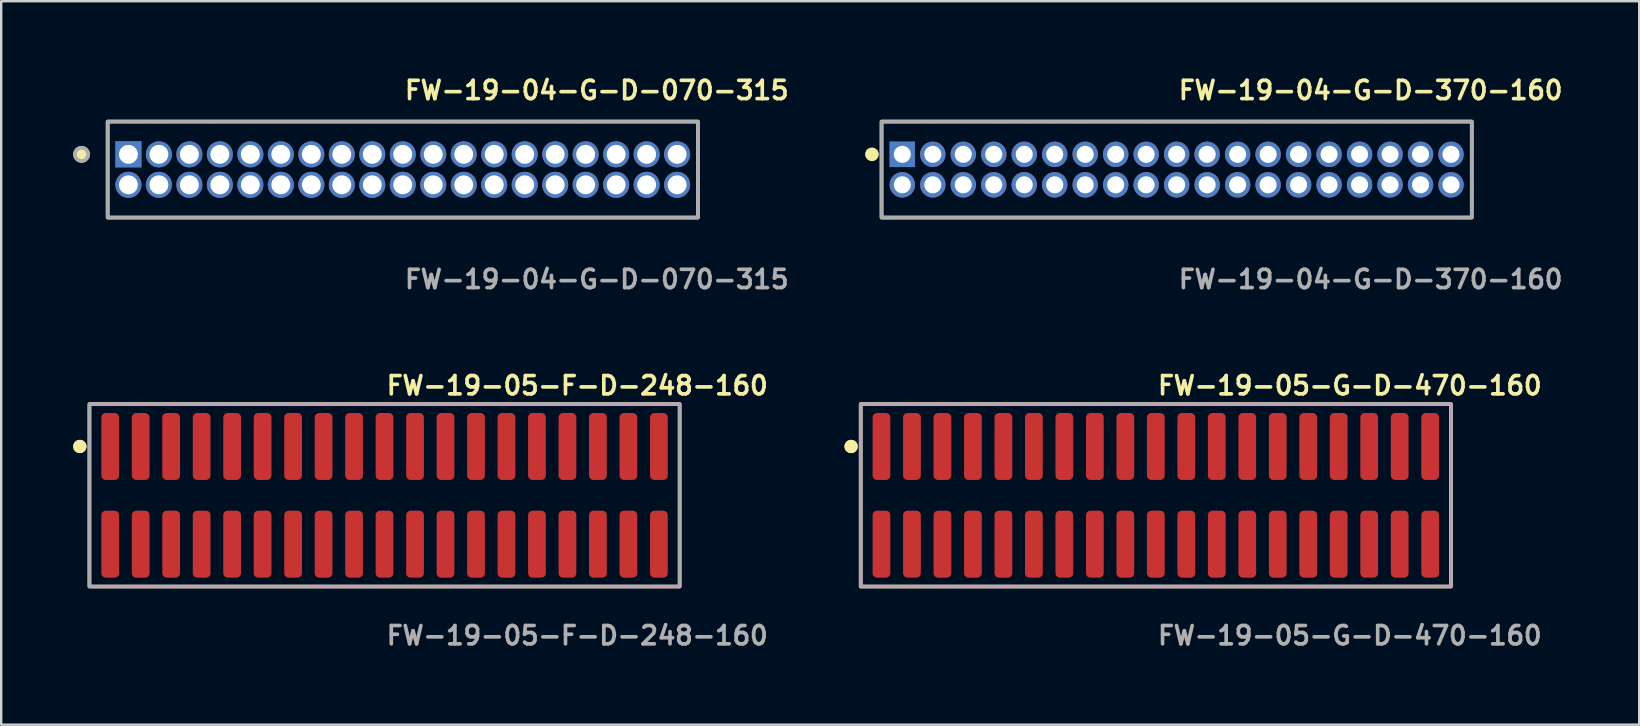
<source format=kicad_pcb>
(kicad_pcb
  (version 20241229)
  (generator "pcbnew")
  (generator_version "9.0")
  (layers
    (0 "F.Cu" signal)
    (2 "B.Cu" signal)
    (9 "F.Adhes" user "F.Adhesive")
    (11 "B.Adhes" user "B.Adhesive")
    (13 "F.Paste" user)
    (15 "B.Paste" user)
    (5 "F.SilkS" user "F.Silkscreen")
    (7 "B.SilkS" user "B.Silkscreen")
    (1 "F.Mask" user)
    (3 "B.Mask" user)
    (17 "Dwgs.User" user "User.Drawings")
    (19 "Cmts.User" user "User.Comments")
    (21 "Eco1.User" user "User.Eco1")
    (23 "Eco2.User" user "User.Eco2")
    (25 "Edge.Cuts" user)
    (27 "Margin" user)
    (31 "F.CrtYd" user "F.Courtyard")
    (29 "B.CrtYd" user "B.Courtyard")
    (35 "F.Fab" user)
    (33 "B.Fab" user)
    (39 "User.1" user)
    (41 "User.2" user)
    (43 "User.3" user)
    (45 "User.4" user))
  (footprint "FW-19-05-F-D-248-160"
    (layer "F.Cu")
    (at 12.971 17.586)
    (property "Reference" "FW-19-05-F-D-248-160" (at 0 -4.572 0) (unlocked yes) (layer "F.SilkS") (effects (font (size 0.762 0.762) (thickness 0.152)) (justify left)))
    (fp_rect (start -12.295 3.8) (end 12.295 -3.8) (stroke (width 0.152) (type solid)) (fill no) (layer "F.SilkS"))
    (fp_circle (center -12.695 -2.035) (end -12.895 -2.035) (stroke (width 0.152) (type solid)) (fill yes) (layer "F.SilkS"))
    (fp_circle (center -12.695 -2.035) (end -12.895 -2.035) (stroke (width 0.152) (type solid)) (fill yes) (layer "F.SilkS"))
    (fp_rect (start -12.295 3.8) (end 12.295 -3.8) (stroke (width 0.006) (type solid)) (fill no) (layer "F.CrtYd"))
    (fp_rect (start -12.295 3.8) (end 12.295 -3.8) (stroke (width 0.152) (type solid)) (fill no) (layer "F.Fab"))
    (fp_text user "${REFERENCE}" (at 0 5.842 0) (unlocked yes) (layer "F.Fab") (effects (font (size 0.762 0.762) (thickness 0.152)) (justify left)))
    (pad "1" smd roundrect (at -11.43 -2.035) (size 0.74 2.79) (layers "F.Cu" "F.Paste") (roundrect_rratio 0.25))
    (pad "2" smd roundrect (at -11.43 2.035) (size 0.74 2.79) (layers "F.Cu" "F.Paste") (roundrect_rratio 0.25))
    (pad "3" smd roundrect (at -10.16 -2.035) (size 0.74 2.79) (layers "F.Cu" "F.Paste") (roundrect_rratio 0.25))
    (pad "4" smd roundrect (at -10.16 2.035) (size 0.74 2.79) (layers "F.Cu" "F.Paste") (roundrect_rratio 0.25))
    (pad "5" smd roundrect (at -8.89 -2.035) (size 0.74 2.79) (layers "F.Cu" "F.Paste") (roundrect_rratio 0.25))
    (pad "6" smd roundrect (at -8.89 2.035) (size 0.74 2.79) (layers "F.Cu" "F.Paste") (roundrect_rratio 0.25))
    (pad "7" smd roundrect (at -7.62 -2.035) (size 0.74 2.79) (layers "F.Cu" "F.Paste") (roundrect_rratio 0.25))
    (pad "8" smd roundrect (at -7.62 2.035) (size 0.74 2.79) (layers "F.Cu" "F.Paste") (roundrect_rratio 0.25))
    (pad "9" smd roundrect (at -6.35 -2.035) (size 0.74 2.79) (layers "F.Cu" "F.Paste") (roundrect_rratio 0.25))
    (pad "10" smd roundrect (at -6.35 2.035) (size 0.74 2.79) (layers "F.Cu" "F.Paste") (roundrect_rratio 0.25))
    (pad "11" smd roundrect (at -5.08 -2.035) (size 0.74 2.79) (layers "F.Cu" "F.Paste") (roundrect_rratio 0.25))
    (pad "12" smd roundrect (at -5.08 2.035) (size 0.74 2.79) (layers "F.Cu" "F.Paste") (roundrect_rratio 0.25))
    (pad "13" smd roundrect (at -3.81 -2.035) (size 0.74 2.79) (layers "F.Cu" "F.Paste") (roundrect_rratio 0.25))
    (pad "14" smd roundrect (at -3.81 2.035) (size 0.74 2.79) (layers "F.Cu" "F.Paste") (roundrect_rratio 0.25))
    (pad "15" smd roundrect (at -2.54 -2.035) (size 0.74 2.79) (layers "F.Cu" "F.Paste") (roundrect_rratio 0.25))
    (pad "16" smd roundrect (at -2.54 2.035) (size 0.74 2.79) (layers "F.Cu" "F.Paste") (roundrect_rratio 0.25))
    (pad "17" smd roundrect (at -1.27 -2.035) (size 0.74 2.79) (layers "F.Cu" "F.Paste") (roundrect_rratio 0.25))
    (pad "18" smd roundrect (at -1.27 2.035) (size 0.74 2.79) (layers "F.Cu" "F.Paste") (roundrect_rratio 0.25))
    (pad "19" smd roundrect (at 0 -2.035) (size 0.74 2.79) (layers "F.Cu" "F.Paste") (roundrect_rratio 0.25))
    (pad "20" smd roundrect (at 0 2.035) (size 0.74 2.79) (layers "F.Cu" "F.Paste") (roundrect_rratio 0.25))
    (pad "21" smd roundrect (at 1.27 -2.035) (size 0.74 2.79) (layers "F.Cu" "F.Paste") (roundrect_rratio 0.25))
    (pad "22" smd roundrect (at 1.27 2.035) (size 0.74 2.79) (layers "F.Cu" "F.Paste") (roundrect_rratio 0.25))
    (pad "23" smd roundrect (at 2.54 -2.035) (size 0.74 2.79) (layers "F.Cu" "F.Paste") (roundrect_rratio 0.25))
    (pad "24" smd roundrect (at 2.54 2.035) (size 0.74 2.79) (layers "F.Cu" "F.Paste") (roundrect_rratio 0.25))
    (pad "25" smd roundrect (at 3.81 -2.035) (size 0.74 2.79) (layers "F.Cu" "F.Paste") (roundrect_rratio 0.25))
    (pad "26" smd roundrect (at 3.81 2.035) (size 0.74 2.79) (layers "F.Cu" "F.Paste") (roundrect_rratio 0.25))
    (pad "27" smd roundrect (at 5.08 -2.035) (size 0.74 2.79) (layers "F.Cu" "F.Paste") (roundrect_rratio 0.25))
    (pad "28" smd roundrect (at 5.08 2.035) (size 0.74 2.79) (layers "F.Cu" "F.Paste") (roundrect_rratio 0.25))
    (pad "29" smd roundrect (at 6.35 -2.035) (size 0.74 2.79) (layers "F.Cu" "F.Paste") (roundrect_rratio 0.25))
    (pad "30" smd roundrect (at 6.35 2.035) (size 0.74 2.79) (layers "F.Cu" "F.Paste") (roundrect_rratio 0.25))
    (pad "31" smd roundrect (at 7.62 -2.035) (size 0.74 2.79) (layers "F.Cu" "F.Paste") (roundrect_rratio 0.25))
    (pad "32" smd roundrect (at 7.62 2.035) (size 0.74 2.79) (layers "F.Cu" "F.Paste") (roundrect_rratio 0.25))
    (pad "33" smd roundrect (at 8.89 -2.035) (size 0.74 2.79) (layers "F.Cu" "F.Paste") (roundrect_rratio 0.25))
    (pad "34" smd roundrect (at 8.89 2.035) (size 0.74 2.79) (layers "F.Cu" "F.Paste") (roundrect_rratio 0.25))
    (pad "35" smd roundrect (at 10.16 -2.035) (size 0.74 2.79) (layers "F.Cu" "F.Paste") (roundrect_rratio 0.25))
    (pad "36" smd roundrect (at 10.16 2.035) (size 0.74 2.79) (layers "F.Cu" "F.Paste") (roundrect_rratio 0.25))
    (pad "37" smd roundrect (at 11.43 -2.035) (size 0.74 2.79) (layers "F.Cu" "F.Paste") (roundrect_rratio 0.25))
    (pad "38" smd roundrect (at 11.43 2.035) (size 0.74 2.79) (layers "F.Cu" "F.Paste") (roundrect_rratio 0.25)))
  (footprint "FW-19-04-G-D-370-160"
    (layer "F.Cu")
    (at 45.972 4.015)
    (property "Reference" "FW-19-04-G-D-370-160" (at 0 -3.302 0) (unlocked yes) (layer "F.SilkS") (effects (font (size 0.762 0.762) (thickness 0.152)) (justify left)))
    (fp_rect (start -12.295 2) (end 12.295 -2) (stroke (width 0.152) (type solid)) (fill no) (layer "F.SilkS"))
    (fp_circle (center -12.695 -0.635) (end -12.895 -0.635) (stroke (width 0.152) (type solid)) (fill yes) (layer "F.SilkS"))
    (fp_circle (center -12.695 -0.635) (end -12.895 -0.635) (stroke (width 0.152) (type solid)) (fill yes) (layer "F.SilkS"))
    (fp_rect (start -12.295 2) (end 12.295 -2) (stroke (width 0.006) (type solid)) (fill no) (layer "F.CrtYd"))
    (fp_rect (start -12.295 2) (end 12.295 -2) (stroke (width 0.152) (type solid)) (fill no) (layer "F.Fab"))
    (fp_text user "${REFERENCE}" (at 0 4.572 0) (unlocked yes) (layer "F.Fab") (effects (font (size 0.762 0.762) (thickness 0.152)) (justify left)))
    (pad "1" thru_hole rect (at -11.43 -0.635) (size 1.06 1.06) (drill 0.71) (layers "*.Cu" "*.Mask"))
    (pad "2" thru_hole circle (at -11.43 0.635) (size 1.06 1.06) (drill 0.71) (layers "*.Cu" "*.Mask"))
    (pad "3" thru_hole circle (at -10.16 -0.635) (size 1.06 1.06) (drill 0.71) (layers "*.Cu" "*.Mask"))
    (pad "4" thru_hole circle (at -10.16 0.635) (size 1.06 1.06) (drill 0.71) (layers "*.Cu" "*.Mask"))
    (pad "5" thru_hole circle (at -8.89 -0.635) (size 1.06 1.06) (drill 0.71) (layers "*.Cu" "*.Mask"))
    (pad "6" thru_hole circle (at -8.89 0.635) (size 1.06 1.06) (drill 0.71) (layers "*.Cu" "*.Mask"))
    (pad "7" thru_hole circle (at -7.62 -0.635) (size 1.06 1.06) (drill 0.71) (layers "*.Cu" "*.Mask"))
    (pad "8" thru_hole circle (at -7.62 0.635) (size 1.06 1.06) (drill 0.71) (layers "*.Cu" "*.Mask"))
    (pad "9" thru_hole circle (at -6.35 -0.635) (size 1.06 1.06) (drill 0.71) (layers "*.Cu" "*.Mask"))
    (pad "10" thru_hole circle (at -6.35 0.635) (size 1.06 1.06) (drill 0.71) (layers "*.Cu" "*.Mask"))
    (pad "11" thru_hole circle (at -5.08 -0.635) (size 1.06 1.06) (drill 0.71) (layers "*.Cu" "*.Mask"))
    (pad "12" thru_hole circle (at -5.08 0.635) (size 1.06 1.06) (drill 0.71) (layers "*.Cu" "*.Mask"))
    (pad "13" thru_hole circle (at -3.81 -0.635) (size 1.06 1.06) (drill 0.71) (layers "*.Cu" "*.Mask"))
    (pad "14" thru_hole circle (at -3.81 0.635) (size 1.06 1.06) (drill 0.71) (layers "*.Cu" "*.Mask"))
    (pad "15" thru_hole circle (at -2.54 -0.635) (size 1.06 1.06) (drill 0.71) (layers "*.Cu" "*.Mask"))
    (pad "16" thru_hole circle (at -2.54 0.635) (size 1.06 1.06) (drill 0.71) (layers "*.Cu" "*.Mask"))
    (pad "17" thru_hole circle (at -1.27 -0.635) (size 1.06 1.06) (drill 0.71) (layers "*.Cu" "*.Mask"))
    (pad "18" thru_hole circle (at -1.27 0.635) (size 1.06 1.06) (drill 0.71) (layers "*.Cu" "*.Mask"))
    (pad "19" thru_hole circle (at 0 -0.635) (size 1.06 1.06) (drill 0.71) (layers "*.Cu" "*.Mask"))
    (pad "20" thru_hole circle (at 0 0.635) (size 1.06 1.06) (drill 0.71) (layers "*.Cu" "*.Mask"))
    (pad "21" thru_hole circle (at 1.27 -0.635) (size 1.06 1.06) (drill 0.71) (layers "*.Cu" "*.Mask"))
    (pad "22" thru_hole circle (at 1.27 0.635) (size 1.06 1.06) (drill 0.71) (layers "*.Cu" "*.Mask"))
    (pad "23" thru_hole circle (at 2.54 -0.635) (size 1.06 1.06) (drill 0.71) (layers "*.Cu" "*.Mask"))
    (pad "24" thru_hole circle (at 2.54 0.635) (size 1.06 1.06) (drill 0.71) (layers "*.Cu" "*.Mask"))
    (pad "25" thru_hole circle (at 3.81 -0.635) (size 1.06 1.06) (drill 0.71) (layers "*.Cu" "*.Mask"))
    (pad "26" thru_hole circle (at 3.81 0.635) (size 1.06 1.06) (drill 0.71) (layers "*.Cu" "*.Mask"))
    (pad "27" thru_hole circle (at 5.08 -0.635) (size 1.06 1.06) (drill 0.71) (layers "*.Cu" "*.Mask"))
    (pad "28" thru_hole circle (at 5.08 0.635) (size 1.06 1.06) (drill 0.71) (layers "*.Cu" "*.Mask"))
    (pad "29" thru_hole circle (at 6.35 -0.635) (size 1.06 1.06) (drill 0.71) (layers "*.Cu" "*.Mask"))
    (pad "30" thru_hole circle (at 6.35 0.635) (size 1.06 1.06) (drill 0.71) (layers "*.Cu" "*.Mask"))
    (pad "31" thru_hole circle (at 7.62 -0.635) (size 1.06 1.06) (drill 0.71) (layers "*.Cu" "*.Mask"))
    (pad "32" thru_hole circle (at 7.62 0.635) (size 1.06 1.06) (drill 0.71) (layers "*.Cu" "*.Mask"))
    (pad "33" thru_hole circle (at 8.89 -0.635) (size 1.06 1.06) (drill 0.71) (layers "*.Cu" "*.Mask"))
    (pad "34" thru_hole circle (at 8.89 0.635) (size 1.06 1.06) (drill 0.71) (layers "*.Cu" "*.Mask"))
    (pad "35" thru_hole circle (at 10.16 -0.635) (size 1.06 1.06) (drill 0.71) (layers "*.Cu" "*.Mask"))
    (pad "36" thru_hole circle (at 10.16 0.635) (size 1.06 1.06) (drill 0.71) (layers "*.Cu" "*.Mask"))
    (pad "37" thru_hole circle (at 11.43 -0.635) (size 1.06 1.06) (drill 0.71) (layers "*.Cu" "*.Mask"))
    (pad "38" thru_hole circle (at 11.43 0.635) (size 1.06 1.06) (drill 0.71) (layers "*.Cu" "*.Mask")))
  (footprint "FW-19-04-G-D-070-315"
    (layer "F.Cu")
    (at 13.73 4.015)
    (property "Reference" "FW-19-04-G-D-070-315" (at 0 -3.302 0) (unlocked yes) (layer "F.SilkS") (effects (font (size 0.762 0.762) (thickness 0.152)) (justify left)))
    (fp_rect (start -12.295 2) (end 12.295 -2) (stroke (width 0.152) (type solid)) (fill no) (layer "F.SilkS"))
    (fp_circle (center -13.382 -0.635) (end -13.654 -0.635) (stroke (width 0.152) (type solid)) (fill yes) (layer "F.SilkS"))
    (fp_rect (start -12.295 2) (end 12.295 -2) (stroke (width 0.006) (type solid)) (fill no) (layer "F.CrtYd"))
    (fp_rect (start -12.295 2) (end 12.295 -2) (stroke (width 0.152) (type solid)) (fill no) (layer "F.Fab"))
    (fp_circle (center -13.382 -0.635) (end -13.654 -0.635) (stroke (width 0.152) (type solid)) (fill no) (layer "F.Fab"))
    (fp_text user "${REFERENCE}" (at 0 4.572 0) (unlocked yes) (layer "F.Fab") (effects (font (size 0.762 0.762) (thickness 0.152)) (justify left)))
    (pad "1" thru_hole rect (at -11.43 -0.635) (size 1.087 1.087) (drill 0.787) (layers "*.Cu" "*.Mask"))
    (pad "2" thru_hole circle (at -11.43 0.635) (size 1.087 1.087) (drill 0.787) (layers "*.Cu" "*.Mask"))
    (pad "3" thru_hole circle (at -10.16 -0.635) (size 1.087 1.087) (drill 0.787) (layers "*.Cu" "*.Mask"))
    (pad "4" thru_hole circle (at -10.16 0.635) (size 1.087 1.087) (drill 0.787) (layers "*.Cu" "*.Mask"))
    (pad "5" thru_hole circle (at -8.89 -0.635) (size 1.087 1.087) (drill 0.787) (layers "*.Cu" "*.Mask"))
    (pad "6" thru_hole circle (at -8.89 0.635) (size 1.087 1.087) (drill 0.787) (layers "*.Cu" "*.Mask"))
    (pad "7" thru_hole circle (at -7.62 -0.635) (size 1.087 1.087) (drill 0.787) (layers "*.Cu" "*.Mask"))
    (pad "8" thru_hole circle (at -7.62 0.635) (size 1.087 1.087) (drill 0.787) (layers "*.Cu" "*.Mask"))
    (pad "9" thru_hole circle (at -6.35 -0.635) (size 1.087 1.087) (drill 0.787) (layers "*.Cu" "*.Mask"))
    (pad "10" thru_hole circle (at -6.35 0.635) (size 1.087 1.087) (drill 0.787) (layers "*.Cu" "*.Mask"))
    (pad "11" thru_hole circle (at -5.08 -0.635) (size 1.087 1.087) (drill 0.787) (layers "*.Cu" "*.Mask"))
    (pad "12" thru_hole circle (at -5.08 0.635) (size 1.087 1.087) (drill 0.787) (layers "*.Cu" "*.Mask"))
    (pad "13" thru_hole circle (at -3.81 -0.635) (size 1.087 1.087) (drill 0.787) (layers "*.Cu" "*.Mask"))
    (pad "14" thru_hole circle (at -3.81 0.635) (size 1.087 1.087) (drill 0.787) (layers "*.Cu" "*.Mask"))
    (pad "15" thru_hole circle (at -2.54 -0.635) (size 1.087 1.087) (drill 0.787) (layers "*.Cu" "*.Mask"))
    (pad "16" thru_hole circle (at -2.54 0.635) (size 1.087 1.087) (drill 0.787) (layers "*.Cu" "*.Mask"))
    (pad "17" thru_hole circle (at -1.27 -0.635) (size 1.087 1.087) (drill 0.787) (layers "*.Cu" "*.Mask"))
    (pad "18" thru_hole circle (at -1.27 0.635) (size 1.087 1.087) (drill 0.787) (layers "*.Cu" "*.Mask"))
    (pad "19" thru_hole circle (at 0 -0.635) (size 1.087 1.087) (drill 0.787) (layers "*.Cu" "*.Mask"))
    (pad "20" thru_hole circle (at 0 0.635) (size 1.087 1.087) (drill 0.787) (layers "*.Cu" "*.Mask"))
    (pad "21" thru_hole circle (at 1.27 -0.635) (size 1.087 1.087) (drill 0.787) (layers "*.Cu" "*.Mask"))
    (pad "22" thru_hole circle (at 1.27 0.635) (size 1.087 1.087) (drill 0.787) (layers "*.Cu" "*.Mask"))
    (pad "23" thru_hole circle (at 2.54 -0.635) (size 1.087 1.087) (drill 0.787) (layers "*.Cu" "*.Mask"))
    (pad "24" thru_hole circle (at 2.54 0.635) (size 1.087 1.087) (drill 0.787) (layers "*.Cu" "*.Mask"))
    (pad "25" thru_hole circle (at 3.81 -0.635) (size 1.087 1.087) (drill 0.787) (layers "*.Cu" "*.Mask"))
    (pad "26" thru_hole circle (at 3.81 0.635) (size 1.087 1.087) (drill 0.787) (layers "*.Cu" "*.Mask"))
    (pad "27" thru_hole circle (at 5.08 -0.635) (size 1.087 1.087) (drill 0.787) (layers "*.Cu" "*.Mask"))
    (pad "28" thru_hole circle (at 5.08 0.635) (size 1.087 1.087) (drill 0.787) (layers "*.Cu" "*.Mask"))
    (pad "29" thru_hole circle (at 6.35 -0.635) (size 1.087 1.087) (drill 0.787) (layers "*.Cu" "*.Mask"))
    (pad "30" thru_hole circle (at 6.35 0.635) (size 1.087 1.087) (drill 0.787) (layers "*.Cu" "*.Mask"))
    (pad "31" thru_hole circle (at 7.62 -0.635) (size 1.087 1.087) (drill 0.787) (layers "*.Cu" "*.Mask"))
    (pad "32" thru_hole circle (at 7.62 0.635) (size 1.087 1.087) (drill 0.787) (layers "*.Cu" "*.Mask"))
    (pad "33" thru_hole circle (at 8.89 -0.635) (size 1.087 1.087) (drill 0.787) (layers "*.Cu" "*.Mask"))
    (pad "34" thru_hole circle (at 8.89 0.635) (size 1.087 1.087) (drill 0.787) (layers "*.Cu" "*.Mask"))
    (pad "35" thru_hole circle (at 10.16 -0.635) (size 1.087 1.087) (drill 0.787) (layers "*.Cu" "*.Mask"))
    (pad "36" thru_hole circle (at 10.16 0.635) (size 1.087 1.087) (drill 0.787) (layers "*.Cu" "*.Mask"))
    (pad "37" thru_hole circle (at 11.43 -0.635) (size 1.087 1.087) (drill 0.787) (layers "*.Cu" "*.Mask"))
    (pad "38" thru_hole circle (at 11.43 0.635) (size 1.087 1.087) (drill 0.787) (layers "*.Cu" "*.Mask")))
  (footprint "FW-19-05-G-D-470-160"
    (layer "F.Cu")
    (at 45.104 17.586)
    (property "Reference" "FW-19-05-G-D-470-160" (at 0 -4.572 0) (unlocked yes) (layer "F.SilkS") (effects (font (size 0.762 0.762) (thickness 0.152)) (justify left)))
    (fp_rect (start -12.295 3.8) (end 12.295 -3.8) (stroke (width 0.152) (type solid)) (fill no) (layer "F.SilkS"))
    (fp_circle (center -12.695 -2.035) (end -12.895 -2.035) (stroke (width 0.152) (type solid)) (fill yes) (layer "F.SilkS"))
    (fp_circle (center -12.695 -2.035) (end -12.895 -2.035) (stroke (width 0.152) (type solid)) (fill yes) (layer "F.SilkS"))
    (fp_rect (start -12.295 3.8) (end 12.295 -3.8) (stroke (width 0.006) (type solid)) (fill no) (layer "F.CrtYd"))
    (fp_rect (start -12.295 3.8) (end 12.295 -3.8) (stroke (width 0.152) (type solid)) (fill no) (layer "F.Fab"))
    (fp_text user "${REFERENCE}" (at 0 5.842 0) (unlocked yes) (layer "F.Fab") (effects (font (size 0.762 0.762) (thickness 0.152)) (justify left)))
    (pad "1" smd roundrect (at -11.43 -2.035) (size 0.74 2.79) (layers "F.Cu" "F.Paste") (roundrect_rratio 0.25))
    (pad "2" smd roundrect (at -11.43 2.035) (size 0.74 2.79) (layers "F.Cu" "F.Paste") (roundrect_rratio 0.25))
    (pad "3" smd roundrect (at -10.16 -2.035) (size 0.74 2.79) (layers "F.Cu" "F.Paste") (roundrect_rratio 0.25))
    (pad "4" smd roundrect (at -10.16 2.035) (size 0.74 2.79) (layers "F.Cu" "F.Paste") (roundrect_rratio 0.25))
    (pad "5" smd roundrect (at -8.89 -2.035) (size 0.74 2.79) (layers "F.Cu" "F.Paste") (roundrect_rratio 0.25))
    (pad "6" smd roundrect (at -8.89 2.035) (size 0.74 2.79) (layers "F.Cu" "F.Paste") (roundrect_rratio 0.25))
    (pad "7" smd roundrect (at -7.62 -2.035) (size 0.74 2.79) (layers "F.Cu" "F.Paste") (roundrect_rratio 0.25))
    (pad "8" smd roundrect (at -7.62 2.035) (size 0.74 2.79) (layers "F.Cu" "F.Paste") (roundrect_rratio 0.25))
    (pad "9" smd roundrect (at -6.35 -2.035) (size 0.74 2.79) (layers "F.Cu" "F.Paste") (roundrect_rratio 0.25))
    (pad "10" smd roundrect (at -6.35 2.035) (size 0.74 2.79) (layers "F.Cu" "F.Paste") (roundrect_rratio 0.25))
    (pad "11" smd roundrect (at -5.08 -2.035) (size 0.74 2.79) (layers "F.Cu" "F.Paste") (roundrect_rratio 0.25))
    (pad "12" smd roundrect (at -5.08 2.035) (size 0.74 2.79) (layers "F.Cu" "F.Paste") (roundrect_rratio 0.25))
    (pad "13" smd roundrect (at -3.81 -2.035) (size 0.74 2.79) (layers "F.Cu" "F.Paste") (roundrect_rratio 0.25))
    (pad "14" smd roundrect (at -3.81 2.035) (size 0.74 2.79) (layers "F.Cu" "F.Paste") (roundrect_rratio 0.25))
    (pad "15" smd roundrect (at -2.54 -2.035) (size 0.74 2.79) (layers "F.Cu" "F.Paste") (roundrect_rratio 0.25))
    (pad "16" smd roundrect (at -2.54 2.035) (size 0.74 2.79) (layers "F.Cu" "F.Paste") (roundrect_rratio 0.25))
    (pad "17" smd roundrect (at -1.27 -2.035) (size 0.74 2.79) (layers "F.Cu" "F.Paste") (roundrect_rratio 0.25))
    (pad "18" smd roundrect (at -1.27 2.035) (size 0.74 2.79) (layers "F.Cu" "F.Paste") (roundrect_rratio 0.25))
    (pad "19" smd roundrect (at 0 -2.035) (size 0.74 2.79) (layers "F.Cu" "F.Paste") (roundrect_rratio 0.25))
    (pad "20" smd roundrect (at 0 2.035) (size 0.74 2.79) (layers "F.Cu" "F.Paste") (roundrect_rratio 0.25))
    (pad "21" smd roundrect (at 1.27 -2.035) (size 0.74 2.79) (layers "F.Cu" "F.Paste") (roundrect_rratio 0.25))
    (pad "22" smd roundrect (at 1.27 2.035) (size 0.74 2.79) (layers "F.Cu" "F.Paste") (roundrect_rratio 0.25))
    (pad "23" smd roundrect (at 2.54 -2.035) (size 0.74 2.79) (layers "F.Cu" "F.Paste") (roundrect_rratio 0.25))
    (pad "24" smd roundrect (at 2.54 2.035) (size 0.74 2.79) (layers "F.Cu" "F.Paste") (roundrect_rratio 0.25))
    (pad "25" smd roundrect (at 3.81 -2.035) (size 0.74 2.79) (layers "F.Cu" "F.Paste") (roundrect_rratio 0.25))
    (pad "26" smd roundrect (at 3.81 2.035) (size 0.74 2.79) (layers "F.Cu" "F.Paste") (roundrect_rratio 0.25))
    (pad "27" smd roundrect (at 5.08 -2.035) (size 0.74 2.79) (layers "F.Cu" "F.Paste") (roundrect_rratio 0.25))
    (pad "28" smd roundrect (at 5.08 2.035) (size 0.74 2.79) (layers "F.Cu" "F.Paste") (roundrect_rratio 0.25))
    (pad "29" smd roundrect (at 6.35 -2.035) (size 0.74 2.79) (layers "F.Cu" "F.Paste") (roundrect_rratio 0.25))
    (pad "30" smd roundrect (at 6.35 2.035) (size 0.74 2.79) (layers "F.Cu" "F.Paste") (roundrect_rratio 0.25))
    (pad "31" smd roundrect (at 7.62 -2.035) (size 0.74 2.79) (layers "F.Cu" "F.Paste") (roundrect_rratio 0.25))
    (pad "32" smd roundrect (at 7.62 2.035) (size 0.74 2.79) (layers "F.Cu" "F.Paste") (roundrect_rratio 0.25))
    (pad "33" smd roundrect (at 8.89 -2.035) (size 0.74 2.79) (layers "F.Cu" "F.Paste") (roundrect_rratio 0.25))
    (pad "34" smd roundrect (at 8.89 2.035) (size 0.74 2.79) (layers "F.Cu" "F.Paste") (roundrect_rratio 0.25))
    (pad "35" smd roundrect (at 10.16 -2.035) (size 0.74 2.79) (layers "F.Cu" "F.Paste") (roundrect_rratio 0.25))
    (pad "36" smd roundrect (at 10.16 2.035) (size 0.74 2.79) (layers "F.Cu" "F.Paste") (roundrect_rratio 0.25))
    (pad "37" smd roundrect (at 11.43 -2.035) (size 0.74 2.79) (layers "F.Cu" "F.Paste") (roundrect_rratio 0.25))
    (pad "38" smd roundrect (at 11.43 2.035) (size 0.74 2.79) (layers "F.Cu" "F.Paste") (roundrect_rratio 0.25)))
  (gr_rect
    (start -3 -3)
    (end 65.243 27.141)
    (stroke (width 0.1) (type default))
    (fill no)
    (layer "Edge.Cuts")))
</source>
